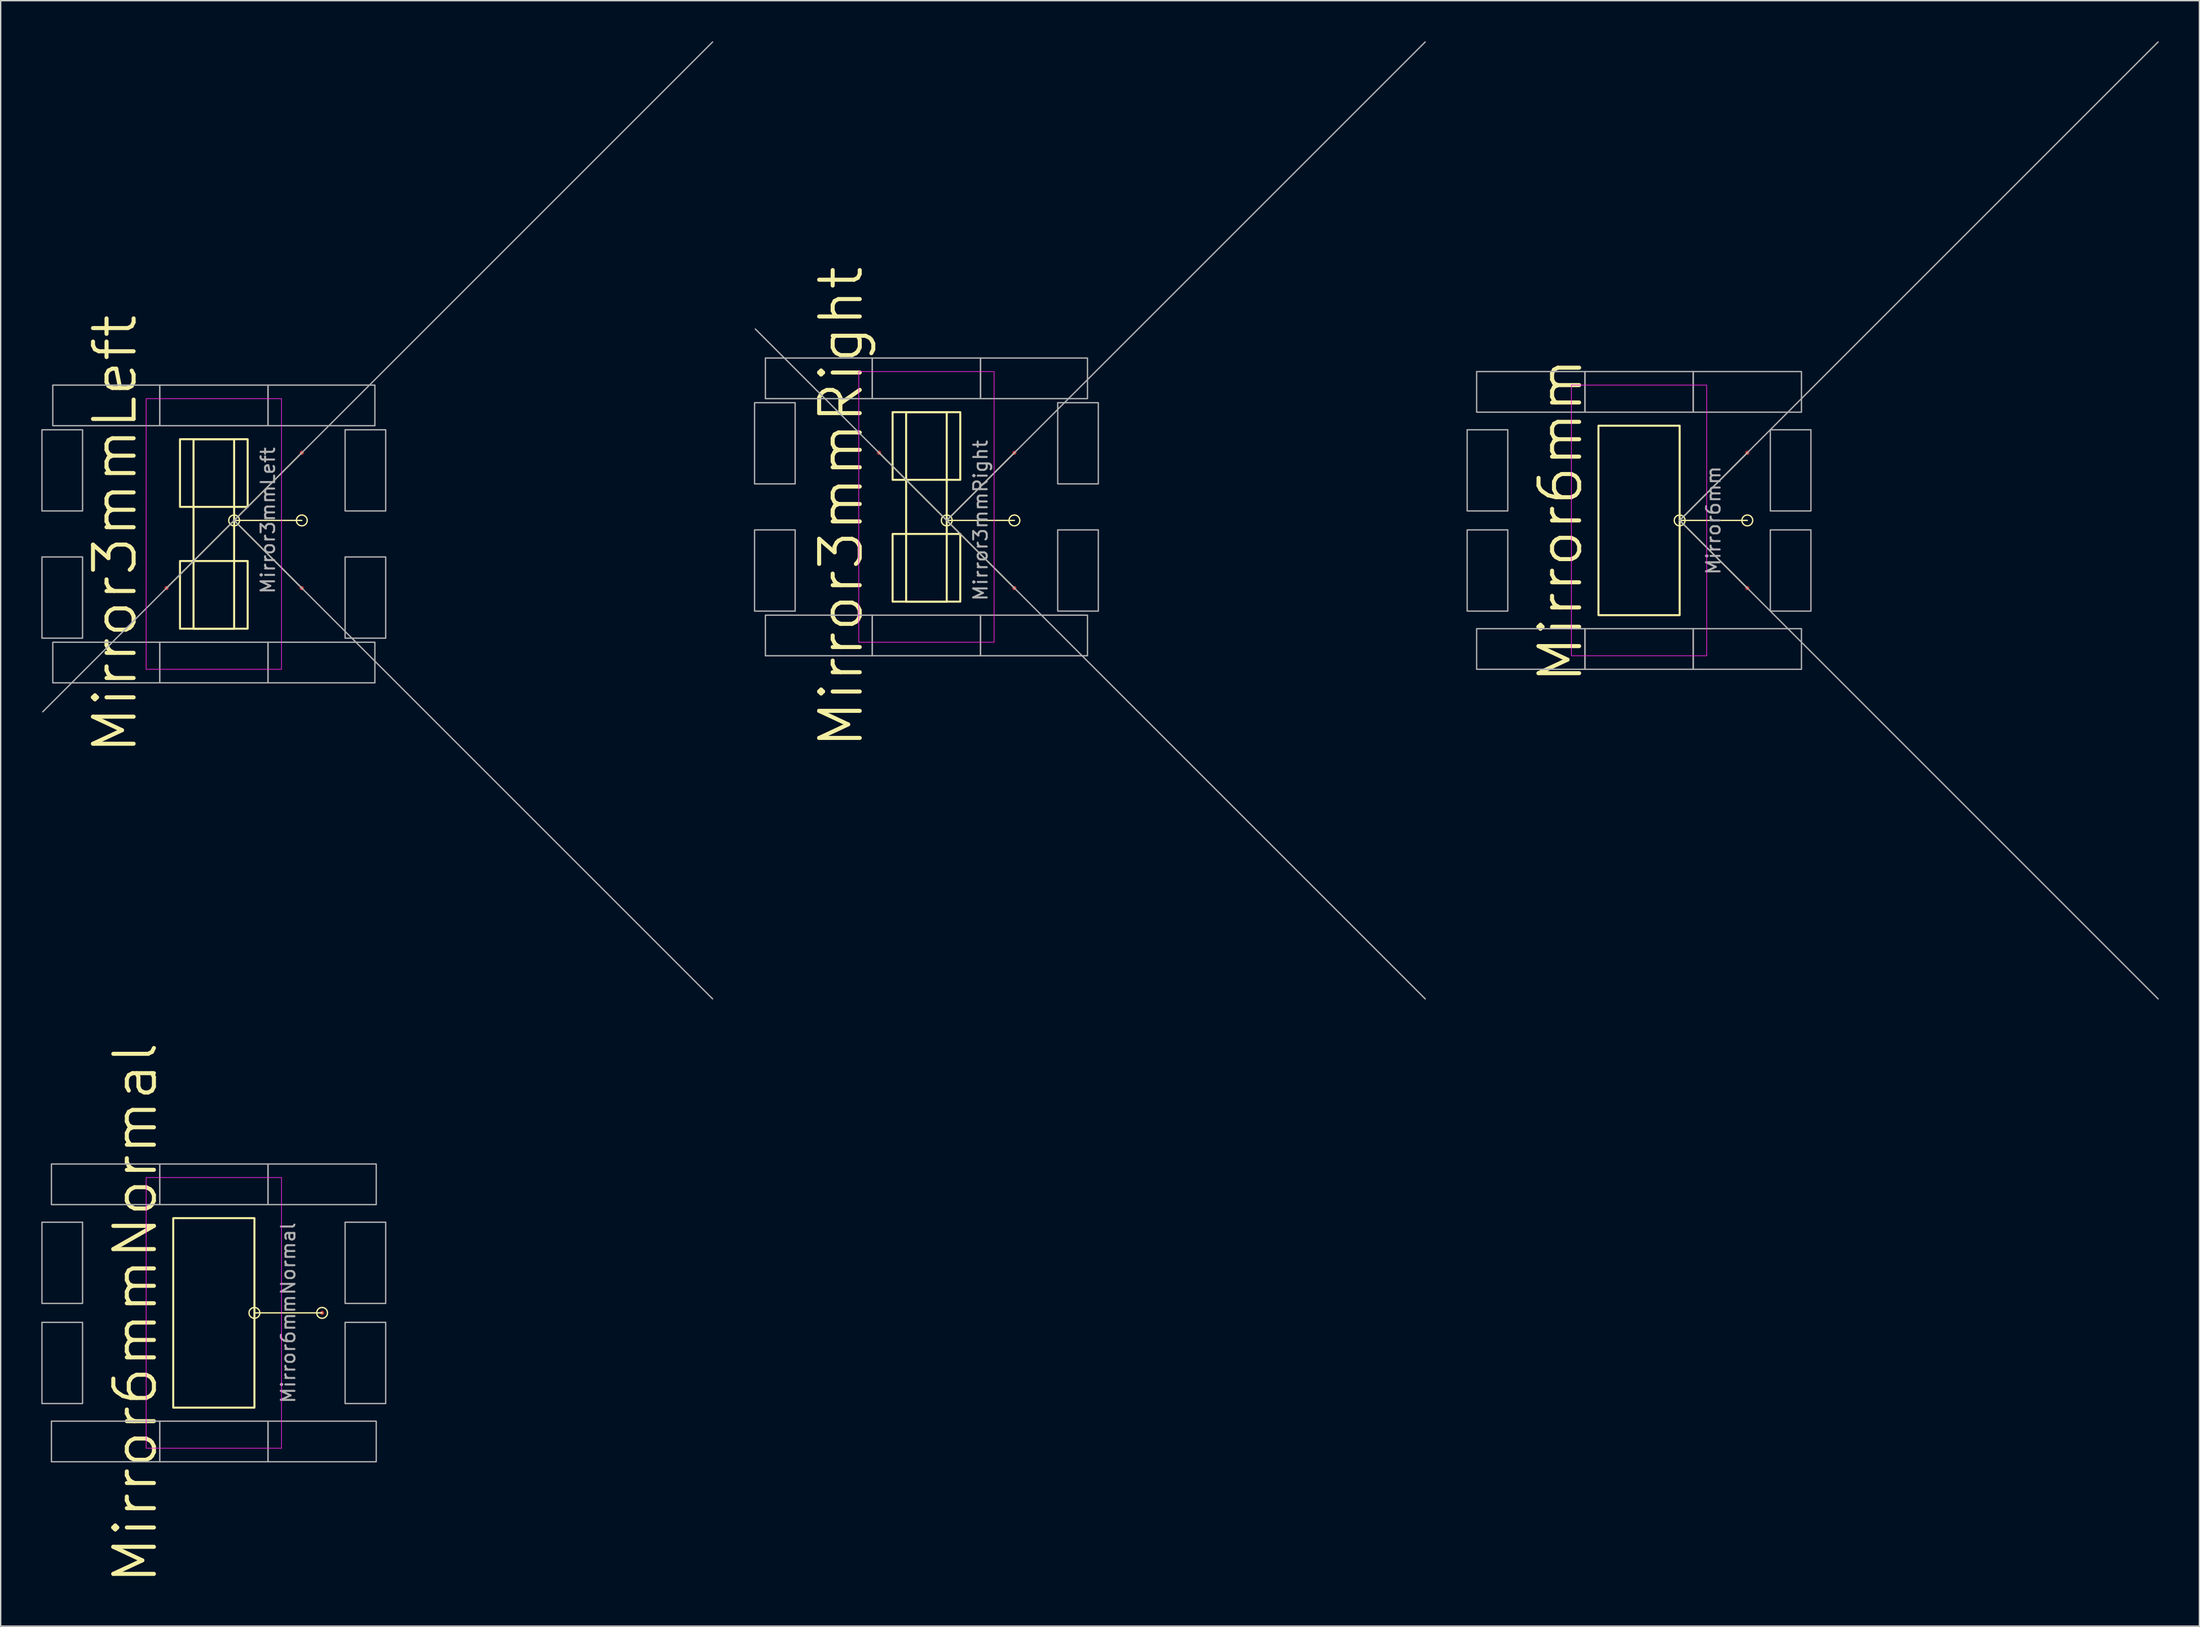
<source format=kicad_pcb>
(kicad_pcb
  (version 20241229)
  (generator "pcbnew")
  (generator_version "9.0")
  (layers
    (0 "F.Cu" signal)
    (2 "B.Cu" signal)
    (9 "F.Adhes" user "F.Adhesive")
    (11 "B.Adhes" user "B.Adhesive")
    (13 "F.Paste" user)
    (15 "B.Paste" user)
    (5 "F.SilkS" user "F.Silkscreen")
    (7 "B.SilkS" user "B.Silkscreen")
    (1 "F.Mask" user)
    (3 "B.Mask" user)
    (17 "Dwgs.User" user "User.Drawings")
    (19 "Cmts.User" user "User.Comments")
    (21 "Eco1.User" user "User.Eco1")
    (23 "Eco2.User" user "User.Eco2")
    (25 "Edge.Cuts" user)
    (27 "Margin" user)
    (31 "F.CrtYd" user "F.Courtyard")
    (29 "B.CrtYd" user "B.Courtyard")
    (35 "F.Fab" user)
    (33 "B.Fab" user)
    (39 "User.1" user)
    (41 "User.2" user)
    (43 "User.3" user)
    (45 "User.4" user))
  (footprint "Mirror3mmLeft"
    (layer "F.Cu")
    (at 14.25 35.405)
    (property "Reference" "Mirror3mmLeft" (at -8.8 1 90) (unlocked yes) (layer "F.SilkS") (effects (font (size 3 3) (thickness 0.3))))
    (attr smd)
    (fp_line (start 0 0) (end -5 5) (stroke (width 0.1) (type default)) (layer "F.SilkS"))
    (fp_line (start 0 0) (end 5 -5) (stroke (width 0.1) (type default)) (layer "F.SilkS"))
    (fp_line (start 0 0) (end 5 0) (stroke (width 0.1) (type default)) (layer "F.SilkS"))
    (fp_line (start 0 0) (end 5 5) (stroke (width 0.1) (type default)) (layer "F.SilkS"))
    (fp_rect (start -4 -6) (end 1 -1) (stroke (width 0.15) (type default)) (fill no) (layer "F.SilkS"))
    (fp_rect (start -4 3) (end 1 8) (stroke (width 0.15) (type default)) (fill no) (layer "F.SilkS"))
    (fp_rect (start -3 -6) (end 0 8) (stroke (width 0.15) (type default)) (fill no) (layer "F.SilkS"))
    (fp_circle (center 0 0) (end 0.4 0) (stroke (width 0.1) (type default)) (fill no) (layer "F.SilkS"))
    (fp_circle (center 5 0) (end 5.4 0) (stroke (width 0.1) (type default)) (fill no) (layer "F.SilkS"))
    (fp_rect (start -6.5 -9) (end 3.5 11) (stroke (width 0.05) (type default)) (fill no) (layer "F.CrtYd"))
    (fp_line (start 0 0) (end -14.142 14.142) (stroke (width 0.1) (type default)) (layer "F.Fab"))
    (fp_line (start 0 0) (end 35.355 -35.355) (stroke (width 0.1) (type default)) (layer "F.Fab"))
    (fp_line (start 0 0) (end 35.355 35.355) (stroke (width 0.1) (type default)) (layer "F.Fab"))
    (fp_rect (start -14.2 -6.7) (end -11.2 -0.7) (stroke (width 0.1) (type solid)) (fill no) (layer "F.Fab"))
    (fp_rect (start -14.2 2.7) (end -11.2 8.7) (stroke (width 0.1) (type solid)) (fill no) (layer "F.Fab"))
    (fp_rect (start -13.4 -10) (end -5.5 -7) (stroke (width 0.1) (type default)) (fill no) (layer "F.Fab"))
    (fp_rect (start -13.4 9) (end -5.5 12) (stroke (width 0.1) (type default)) (fill no) (layer "F.Fab"))
    (fp_rect (start -5.5 -10) (end 2.5 -7) (stroke (width 0.1) (type solid)) (fill no) (layer "F.Fab"))
    (fp_rect (start -5.5 9) (end 2.5 12) (stroke (width 0.1) (type solid)) (fill no) (layer "F.Fab"))
    (fp_rect (start 2.5 -10) (end 10.4 -7) (stroke (width 0.1) (type default)) (fill no) (layer "F.Fab"))
    (fp_rect (start 2.5 9) (end 10.4 12) (stroke (width 0.1) (type default)) (fill no) (layer "F.Fab"))
    (fp_rect (start 8.2 -6.7) (end 11.2 -0.7) (stroke (width 0.1) (type solid)) (fill no) (layer "F.Fab"))
    (fp_rect (start 8.2 2.7) (end 11.2 8.7) (stroke (width 0.1) (type solid)) (fill no) (layer "F.Fab"))
    (fp_text user "${REFERENCE}" (at 2.5 0 90) (unlocked yes) (layer "F.Fab") (effects (font (size 1 1) (thickness 0.15))))
    (pad "1" smd circle (at 5 -5 90) (size 0.3 0.3) (layers "F.Cu" "F.Mask" "F.Paste"))
    (pad "2" smd circle (at 5 5 90) (size 0.3 0.3) (layers "F.Cu" "F.Mask" "F.Paste"))
    (pad "3" smd circle (at -5 5 90) (size 0.3 0.3) (layers "F.Cu" "F.Mask" "F.Paste")))
  (footprint "Mirror6mm"
    (layer "F.Cu")
    (at 121.061 35.405)
    (property "Reference" "Mirror6mm" (at -8.8 0 90) (unlocked yes) (layer "F.SilkS") (effects (font (size 3 3) (thickness 0.3))))
    (attr smd)
    (fp_line (start 0 0) (end 5 -5) (stroke (width 0.1) (type default)) (layer "F.SilkS"))
    (fp_line (start 0 0) (end 5 0) (stroke (width 0.1) (type default)) (layer "F.SilkS"))
    (fp_line (start 0 0) (end 5 5) (stroke (width 0.1) (type default)) (layer "F.SilkS"))
    (fp_rect (start -6 -7) (end 0 7) (stroke (width 0.15) (type default)) (fill no) (layer "F.SilkS"))
    (fp_circle (center 0 0) (end 0.4 0) (stroke (width 0.1) (type default)) (fill no) (layer "F.SilkS"))
    (fp_circle (center 5 0) (end 5.4 0) (stroke (width 0.1) (type default)) (fill no) (layer "F.SilkS"))
    (fp_rect (start -8 -10) (end 2 10) (stroke (width 0.05) (type default)) (fill no) (layer "F.CrtYd"))
    (fp_line (start 0 0) (end 35.355 -35.355) (stroke (width 0.1) (type default)) (layer "F.Fab"))
    (fp_line (start 0 0) (end 35.355 35.355) (stroke (width 0.1) (type default)) (layer "F.Fab"))
    (fp_rect (start -15.7 -6.7) (end -12.7 -0.7) (stroke (width 0.1) (type solid)) (fill no) (layer "F.Fab"))
    (fp_rect (start -15.7 0.7) (end -12.7 6.7) (stroke (width 0.1) (type solid)) (fill no) (layer "F.Fab"))
    (fp_rect (start -15 -11) (end -7 -8) (stroke (width 0.1) (type default)) (fill no) (layer "F.Fab"))
    (fp_rect (start -15 8) (end -7 11) (stroke (width 0.1) (type default)) (fill no) (layer "F.Fab"))
    (fp_rect (start -7 -11) (end 1 -8) (stroke (width 0.1) (type solid)) (fill no) (layer "F.Fab"))
    (fp_rect (start -7 8) (end 1 11) (stroke (width 0.1) (type solid)) (fill no) (layer "F.Fab"))
    (fp_rect (start 1 -11) (end 9 -8) (stroke (width 0.1) (type default)) (fill no) (layer "F.Fab"))
    (fp_rect (start 1 8) (end 9 11) (stroke (width 0.1) (type default)) (fill no) (layer "F.Fab"))
    (fp_rect (start 6.7 -6.7) (end 9.7 -0.7) (stroke (width 0.1) (type solid)) (fill no) (layer "F.Fab"))
    (fp_rect (start 6.7 0.7) (end 9.7 6.7) (stroke (width 0.1) (type solid)) (fill no) (layer "F.Fab"))
    (fp_text user "${REFERENCE}" (at 2.5 0 90) (unlocked yes) (layer "F.Fab") (effects (font (size 1 1) (thickness 0.15))))
    (pad "1" smd circle (at 5 5 90) (size 0.3 0.3) (layers "F.Cu" "F.Mask" "F.Paste"))
    (pad "2" smd circle (at 5 -5 90) (size 0.3 0.3) (layers "F.Cu" "F.Mask" "F.Paste")))
  (footprint "Mirror3mmRight"
    (layer "F.Cu")
    (at 66.905 35.405)
    (property "Reference" "Mirror3mmRight" (at -7.8 -1 90) (unlocked yes) (layer "F.SilkS") (effects (font (size 3 3) (thickness 0.3))))
    (attr smd)
    (fp_line (start 0 0) (end -5 -5) (stroke (width 0.1) (type default)) (layer "F.SilkS"))
    (fp_line (start 0 0) (end 5 -5) (stroke (width 0.1) (type default)) (layer "F.SilkS"))
    (fp_line (start 0 0) (end 5 0) (stroke (width 0.1) (type default)) (layer "F.SilkS"))
    (fp_line (start 0 0) (end 5 5) (stroke (width 0.1) (type default)) (layer "F.SilkS"))
    (fp_rect (start -4 -8) (end 1 -3) (stroke (width 0.15) (type default)) (fill no) (layer "F.SilkS"))
    (fp_rect (start -4 1) (end 1 6) (stroke (width 0.15) (type default)) (fill no) (layer "F.SilkS"))
    (fp_rect (start -3 -8) (end 0 6) (stroke (width 0.15) (type default)) (fill no) (layer "F.SilkS"))
    (fp_circle (center 0 0) (end 0.4 0) (stroke (width 0.1) (type default)) (fill no) (layer "F.SilkS"))
    (fp_circle (center 5 0) (end 5.4 0) (stroke (width 0.1) (type default)) (fill no) (layer "F.SilkS"))
    (fp_rect (start -6.5 -11) (end 3.5 9) (stroke (width 0.05) (type default)) (fill no) (layer "F.CrtYd"))
    (fp_line (start 0 0) (end -14.142 -14.142) (stroke (width 0.1) (type default)) (layer "F.Fab"))
    (fp_line (start 0 0) (end 35.355 -35.355) (stroke (width 0.1) (type default)) (layer "F.Fab"))
    (fp_line (start 0 0) (end 35.355 35.355) (stroke (width 0.1) (type default)) (layer "F.Fab"))
    (fp_rect (start -14.2 -8.7) (end -11.2 -2.7) (stroke (width 0.1) (type solid)) (fill no) (layer "F.Fab"))
    (fp_rect (start -14.2 6.7) (end -11.2 0.7) (stroke (width 0.1) (type solid)) (fill no) (layer "F.Fab"))
    (fp_rect (start -13.4 -12) (end -5.5 -9) (stroke (width 0.1) (type default)) (fill no) (layer "F.Fab"))
    (fp_rect (start -13.4 7) (end -5.5 10) (stroke (width 0.1) (type default)) (fill no) (layer "F.Fab"))
    (fp_rect (start -5.5 -12) (end 2.5 -9) (stroke (width 0.1) (type solid)) (fill no) (layer "F.Fab"))
    (fp_rect (start -5.5 10) (end 2.5 7) (stroke (width 0.1) (type solid)) (fill no) (layer "F.Fab"))
    (fp_rect (start 2.5 -12) (end 10.4 -9) (stroke (width 0.1) (type default)) (fill no) (layer "F.Fab"))
    (fp_rect (start 2.5 7) (end 10.4 10) (stroke (width 0.1) (type default)) (fill no) (layer "F.Fab"))
    (fp_rect (start 8.2 -8.7) (end 11.2 -2.7) (stroke (width 0.1) (type solid)) (fill no) (layer "F.Fab"))
    (fp_rect (start 8.2 6.7) (end 11.2 0.7) (stroke (width 0.1) (type solid)) (fill no) (layer "F.Fab"))
    (fp_text user "${REFERENCE}" (at 2.5 0 90) (unlocked yes) (layer "F.Fab") (effects (font (size 1 1) (thickness 0.15))))
    (pad "1" smd circle (at 5 5 90) (size 0.3 0.3) (layers "F.Cu" "F.Mask" "F.Paste"))
    (pad "2" smd circle (at 5 -5 90) (size 0.3 0.3) (layers "F.Cu" "F.Mask" "F.Paste"))
    (pad "3" smd circle (at -5 -5 90) (size 0.3 0.3) (layers "F.Cu" "F.Mask" "F.Paste")))
  (footprint "Mirror6mmNormal"
    (layer "F.Cu")
    (at 15.75 93.961)
    (property "Reference" "Mirror6mmNormal" (at -8.8 0 90) (unlocked yes) (layer "F.SilkS") (effects (font (size 3 3) (thickness 0.3))))
    (attr smd)
    (fp_line (start 0 0) (end 5 0) (stroke (width 0.1) (type default)) (layer "F.SilkS"))
    (fp_rect (start -6 -7) (end 0 7) (stroke (width 0.15) (type default)) (fill no) (layer "F.SilkS"))
    (fp_circle (center 0 0) (end 0.4 0) (stroke (width 0.1) (type default)) (fill no) (layer "F.SilkS"))
    (fp_circle (center 5 0) (end 5.4 0) (stroke (width 0.1) (type default)) (fill no) (layer "F.SilkS"))
    (fp_rect (start -8 -10) (end 2 10) (stroke (width 0.05) (type default)) (fill no) (layer "F.CrtYd"))
    (fp_rect (start -15.7 -6.7) (end -12.7 -0.7) (stroke (width 0.1) (type solid)) (fill no) (layer "F.Fab"))
    (fp_rect (start -15.7 0.7) (end -12.7 6.7) (stroke (width 0.1) (type solid)) (fill no) (layer "F.Fab"))
    (fp_rect (start -15 -11) (end -7 -8) (stroke (width 0.1) (type default)) (fill no) (layer "F.Fab"))
    (fp_rect (start -15 8) (end -7 11) (stroke (width 0.1) (type default)) (fill no) (layer "F.Fab"))
    (fp_rect (start -7 -11) (end 1 -8) (stroke (width 0.1) (type solid)) (fill no) (layer "F.Fab"))
    (fp_rect (start -7 8) (end 1 11) (stroke (width 0.1) (type solid)) (fill no) (layer "F.Fab"))
    (fp_rect (start 1 -11) (end 9 -8) (stroke (width 0.1) (type default)) (fill no) (layer "F.Fab"))
    (fp_rect (start 1 8) (end 9 11) (stroke (width 0.1) (type default)) (fill no) (layer "F.Fab"))
    (fp_rect (start 6.7 -6.7) (end 9.7 -0.7) (stroke (width 0.1) (type solid)) (fill no) (layer "F.Fab"))
    (fp_rect (start 6.7 0.7) (end 9.7 6.7) (stroke (width 0.1) (type solid)) (fill no) (layer "F.Fab"))
    (fp_text user "${REFERENCE}" (at 2.5 0 90) (unlocked yes) (layer "F.Fab") (effects (font (size 1 1) (thickness 0.15))))
    (pad "1" smd circle (at 5 0 90) (size 0.3 0.3) (layers "F.Cu" "F.Mask" "F.Paste")))
  (gr_rect
    (start -3 -3)
    (end 159.466 117.111)
    (stroke (width 0.1) (type default))
    (fill no)
    (layer "Edge.Cuts")))
</source>
